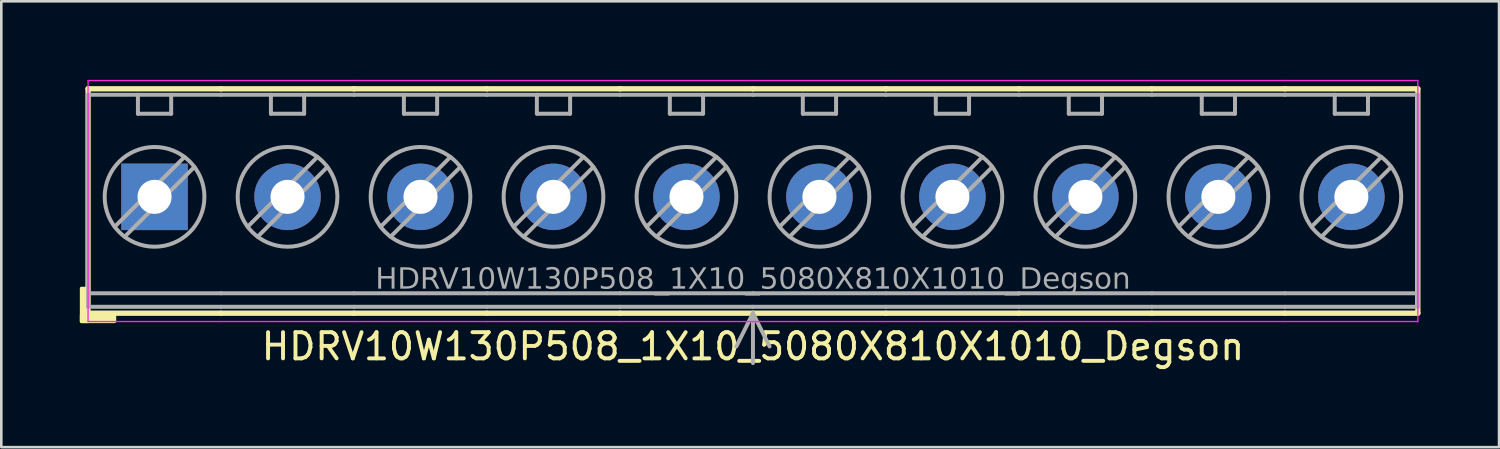
<source format=kicad_pcb>
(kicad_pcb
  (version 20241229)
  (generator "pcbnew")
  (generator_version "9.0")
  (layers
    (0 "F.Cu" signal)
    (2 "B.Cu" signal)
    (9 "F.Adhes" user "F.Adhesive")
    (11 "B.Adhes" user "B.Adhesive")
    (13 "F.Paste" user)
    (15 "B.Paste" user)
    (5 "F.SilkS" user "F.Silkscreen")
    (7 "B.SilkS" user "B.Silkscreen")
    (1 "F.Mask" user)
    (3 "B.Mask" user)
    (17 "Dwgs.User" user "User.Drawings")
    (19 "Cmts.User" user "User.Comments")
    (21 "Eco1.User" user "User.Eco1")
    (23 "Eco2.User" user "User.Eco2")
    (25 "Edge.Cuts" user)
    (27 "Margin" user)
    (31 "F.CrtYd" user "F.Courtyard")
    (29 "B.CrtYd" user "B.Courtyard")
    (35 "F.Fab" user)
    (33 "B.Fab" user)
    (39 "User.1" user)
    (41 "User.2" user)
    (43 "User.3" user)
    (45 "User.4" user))
  (footprint "HDRV10W130P508_1X10_5080X810X1010_Degson"
    (layer "F.Cu")
    (at 25.714 4.47)
    (property "Reference" "HDRV10W130P508_1X10_5080X810X1010_Degson" (at 0 5.715 0) (layer "F.SilkS") (effects (font (size 1 1) (thickness 0.15))))
    (attr through_hole)
    (fp_line (start -25.4 -4.128) (end -25.4 4.445) (stroke (width 0.203) (type solid)) (layer "F.SilkS"))
    (fp_line (start -25.4 4.445) (end -20.32 4.445) (stroke (width 0.203) (type solid)) (layer "F.SilkS"))
    (fp_line (start -20.325 -4.128) (end -25.4 -4.128) (stroke (width 0.203) (type solid)) (layer "F.SilkS"))
    (fp_line (start -20.325 -4.128) (end -15.24 -4.128) (stroke (width 0.203) (type solid)) (layer "F.SilkS"))
    (fp_line (start -15.245 -4.128) (end -10.16 -4.128) (stroke (width 0.203) (type solid)) (layer "F.SilkS"))
    (fp_line (start -15.24 4.445) (end -20.32 4.445) (stroke (width 0.203) (type solid)) (layer "F.SilkS"))
    (fp_line (start -10.165 -4.128) (end -5.08 -4.128) (stroke (width 0.203) (type solid)) (layer "F.SilkS"))
    (fp_line (start -10.16 4.445) (end -15.24 4.445) (stroke (width 0.203) (type solid)) (layer "F.SilkS"))
    (fp_line (start -5.085 -4.128) (end 0 -4.128) (stroke (width 0.203) (type solid)) (layer "F.SilkS"))
    (fp_line (start -5.08 4.445) (end -10.16 4.445) (stroke (width 0.203) (type solid)) (layer "F.SilkS"))
    (fp_line (start -0.005 -4.128) (end 5.08 -4.128) (stroke (width 0.203) (type solid)) (layer "F.SilkS"))
    (fp_line (start 0 4.445) (end -5.08 4.445) (stroke (width 0.203) (type solid)) (layer "F.SilkS"))
    (fp_line (start 5.075 -4.128) (end 10.16 -4.128) (stroke (width 0.203) (type solid)) (layer "F.SilkS"))
    (fp_line (start 5.08 4.445) (end 0 4.445) (stroke (width 0.203) (type solid)) (layer "F.SilkS"))
    (fp_line (start 10.155 -4.128) (end 15.24 -4.128) (stroke (width 0.203) (type solid)) (layer "F.SilkS"))
    (fp_line (start 10.16 4.445) (end 5.08 4.445) (stroke (width 0.203) (type solid)) (layer "F.SilkS"))
    (fp_line (start 15.235 -4.128) (end 20.32 -4.128) (stroke (width 0.203) (type solid)) (layer "F.SilkS"))
    (fp_line (start 15.24 4.445) (end 10.16 4.445) (stroke (width 0.203) (type solid)) (layer "F.SilkS"))
    (fp_line (start 20.315 -4.128) (end 25.4 -4.128) (stroke (width 0.203) (type solid)) (layer "F.SilkS"))
    (fp_line (start 20.32 4.445) (end 15.24 4.445) (stroke (width 0.203) (type solid)) (layer "F.SilkS"))
    (fp_line (start 25.4 -4.128) (end 25.4 4.445) (stroke (width 0.203) (type solid)) (layer "F.SilkS"))
    (fp_line (start 25.4 4.445) (end 20.32 4.445) (stroke (width 0.203) (type solid)) (layer "F.SilkS"))
    (fp_rect (start -25.4 3.493) (end -25.654 4.763) (stroke (width 0.12) (type solid)) (fill yes) (layer "F.SilkS"))
    (fp_rect (start -24.384 4.763) (end -25.654 4.508) (stroke (width 0.12) (type solid)) (fill yes) (layer "F.SilkS"))
    (fp_line (start -25.4 4.763) (end -25.4 -4.445) (stroke (width 0.05) (type solid)) (layer "F.CrtYd"))
    (fp_line (start -20.325 4.763) (end -25.4 4.763) (stroke (width 0.05) (type solid)) (layer "F.CrtYd"))
    (fp_line (start -20.325 4.763) (end -15.24 4.763) (stroke (width 0.05) (type solid)) (layer "F.CrtYd"))
    (fp_line (start -20.32 -4.445) (end -25.4 -4.445) (stroke (width 0.05) (type solid)) (layer "F.CrtYd"))
    (fp_line (start -20.32 -4.445) (end -15.24 -4.445) (stroke (width 0.05) (type solid)) (layer "F.CrtYd"))
    (fp_line (start -15.245 4.763) (end -10.16 4.763) (stroke (width 0.05) (type solid)) (layer "F.CrtYd"))
    (fp_line (start -15.24 -4.445) (end -10.16 -4.445) (stroke (width 0.05) (type solid)) (layer "F.CrtYd"))
    (fp_line (start -10.165 4.763) (end -5.08 4.763) (stroke (width 0.05) (type solid)) (layer "F.CrtYd"))
    (fp_line (start -10.16 -4.445) (end -5.08 -4.445) (stroke (width 0.05) (type solid)) (layer "F.CrtYd"))
    (fp_line (start -5.085 4.763) (end 0 4.763) (stroke (width 0.05) (type solid)) (layer "F.CrtYd"))
    (fp_line (start -5.08 -4.445) (end 0 -4.445) (stroke (width 0.05) (type solid)) (layer "F.CrtYd"))
    (fp_line (start -0.005 4.763) (end 5.08 4.763) (stroke (width 0.05) (type solid)) (layer "F.CrtYd"))
    (fp_line (start 0 -4.445) (end 5.08 -4.445) (stroke (width 0.05) (type solid)) (layer "F.CrtYd"))
    (fp_line (start 5.075 4.763) (end 10.16 4.763) (stroke (width 0.05) (type solid)) (layer "F.CrtYd"))
    (fp_line (start 5.08 -4.445) (end 10.16 -4.445) (stroke (width 0.05) (type solid)) (layer "F.CrtYd"))
    (fp_line (start 10.155 4.763) (end 15.24 4.763) (stroke (width 0.05) (type solid)) (layer "F.CrtYd"))
    (fp_line (start 10.16 -4.445) (end 15.24 -4.445) (stroke (width 0.05) (type solid)) (layer "F.CrtYd"))
    (fp_line (start 15.235 4.763) (end 20.32 4.763) (stroke (width 0.05) (type solid)) (layer "F.CrtYd"))
    (fp_line (start 15.24 -4.445) (end 20.32 -4.445) (stroke (width 0.05) (type solid)) (layer "F.CrtYd"))
    (fp_line (start 20.315 4.763) (end 25.4 4.763) (stroke (width 0.05) (type solid)) (layer "F.CrtYd"))
    (fp_line (start 20.32 -4.445) (end 25.4 -4.445) (stroke (width 0.05) (type solid)) (layer "F.CrtYd"))
    (fp_line (start 25.4 4.763) (end 25.4 -4.445) (stroke (width 0.05) (type solid)) (layer "F.CrtYd"))
    (fp_line (start -25.4 -3.9) (end -25.4 4.2) (stroke (width 0.152) (type solid)) (layer "F.Fab"))
    (fp_line (start -24.003 1.524) (end -21.336 -1.143) (stroke (width 0.152) (type default)) (layer "F.Fab"))
    (fp_line (start -23.495 -3.9) (end -23.495 -3.175) (stroke (width 0.152) (type default)) (layer "F.Fab"))
    (fp_line (start -23.495 -3.175) (end -22.225 -3.175) (stroke (width 0.152) (type default)) (layer "F.Fab"))
    (fp_line (start -22.225 -3.9) (end -22.225 -3.175) (stroke (width 0.152) (type default)) (layer "F.Fab"))
    (fp_line (start -21.717 -1.524) (end -24.384 1.143) (stroke (width 0.152) (type default)) (layer "F.Fab"))
    (fp_line (start -20.32 -3.9) (end -25.4 -3.9) (stroke (width 0.152) (type solid)) (layer "F.Fab"))
    (fp_line (start -20.32 -3.9) (end -15.24 -3.9) (stroke (width 0.152) (type solid)) (layer "F.Fab"))
    (fp_line (start -20.32 3.683) (end -25.4 3.683) (stroke (width 0.152) (type solid)) (layer "F.Fab"))
    (fp_line (start -20.32 3.683) (end -15.24 3.683) (stroke (width 0.152) (type solid)) (layer "F.Fab"))
    (fp_line (start -20.32 4.2) (end -25.4 4.2) (stroke (width 0.152) (type solid)) (layer "F.Fab"))
    (fp_line (start -20.32 4.2) (end -15.24 4.2) (stroke (width 0.152) (type solid)) (layer "F.Fab"))
    (fp_line (start -18.923 1.524) (end -16.256 -1.143) (stroke (width 0.152) (type default)) (layer "F.Fab"))
    (fp_line (start -18.415 -3.9) (end -18.415 -3.175) (stroke (width 0.152) (type default)) (layer "F.Fab"))
    (fp_line (start -18.415 -3.175) (end -17.145 -3.175) (stroke (width 0.152) (type default)) (layer "F.Fab"))
    (fp_line (start -17.145 -3.9) (end -17.145 -3.175) (stroke (width 0.152) (type default)) (layer "F.Fab"))
    (fp_line (start -16.637 -1.524) (end -19.304 1.143) (stroke (width 0.152) (type default)) (layer "F.Fab"))
    (fp_line (start -15.24 -3.9) (end -10.16 -3.9) (stroke (width 0.152) (type solid)) (layer "F.Fab"))
    (fp_line (start -15.24 3.683) (end -10.16 3.683) (stroke (width 0.152) (type solid)) (layer "F.Fab"))
    (fp_line (start -15.24 4.2) (end -10.16 4.2) (stroke (width 0.152) (type solid)) (layer "F.Fab"))
    (fp_line (start -13.843 1.524) (end -11.176 -1.143) (stroke (width 0.152) (type default)) (layer "F.Fab"))
    (fp_line (start -13.335 -3.9) (end -13.335 -3.175) (stroke (width 0.152) (type default)) (layer "F.Fab"))
    (fp_line (start -13.335 -3.175) (end -12.065 -3.175) (stroke (width 0.152) (type default)) (layer "F.Fab"))
    (fp_line (start -12.065 -3.9) (end -12.065 -3.175) (stroke (width 0.152) (type default)) (layer "F.Fab"))
    (fp_line (start -11.557 -1.524) (end -14.224 1.143) (stroke (width 0.152) (type default)) (layer "F.Fab"))
    (fp_line (start -10.16 -3.9) (end -5.08 -3.9) (stroke (width 0.152) (type solid)) (layer "F.Fab"))
    (fp_line (start -10.16 3.683) (end -5.08 3.683) (stroke (width 0.152) (type solid)) (layer "F.Fab"))
    (fp_line (start -10.16 4.2) (end -5.08 4.2) (stroke (width 0.152) (type solid)) (layer "F.Fab"))
    (fp_line (start -8.763 1.524) (end -6.096 -1.143) (stroke (width 0.152) (type default)) (layer "F.Fab"))
    (fp_line (start -8.255 -3.9) (end -8.255 -3.175) (stroke (width 0.152) (type default)) (layer "F.Fab"))
    (fp_line (start -8.255 -3.175) (end -6.985 -3.175) (stroke (width 0.152) (type default)) (layer "F.Fab"))
    (fp_line (start -6.985 -3.9) (end -6.985 -3.175) (stroke (width 0.152) (type default)) (layer "F.Fab"))
    (fp_line (start -6.477 -1.524) (end -9.144 1.143) (stroke (width 0.152) (type default)) (layer "F.Fab"))
    (fp_line (start -5.08 -3.9) (end 0 -3.9) (stroke (width 0.152) (type solid)) (layer "F.Fab"))
    (fp_line (start -5.08 3.683) (end 0 3.683) (stroke (width 0.152) (type solid)) (layer "F.Fab"))
    (fp_line (start -5.08 4.2) (end 0 4.2) (stroke (width 0.152) (type solid)) (layer "F.Fab"))
    (fp_line (start -3.683 1.524) (end -1.016 -1.143) (stroke (width 0.152) (type default)) (layer "F.Fab"))
    (fp_line (start -3.175 -3.9) (end -3.175 -3.175) (stroke (width 0.152) (type default)) (layer "F.Fab"))
    (fp_line (start -3.175 -3.175) (end -1.905 -3.175) (stroke (width 0.152) (type default)) (layer "F.Fab"))
    (fp_line (start -1.905 -3.9) (end -1.905 -3.175) (stroke (width 0.152) (type default)) (layer "F.Fab"))
    (fp_line (start -1.397 -1.524) (end -4.064 1.143) (stroke (width 0.152) (type default)) (layer "F.Fab"))
    (fp_line (start 0 -3.9) (end 5.08 -3.9) (stroke (width 0.152) (type solid)) (layer "F.Fab"))
    (fp_line (start 0 3.683) (end 5.08 3.683) (stroke (width 0.152) (type solid)) (layer "F.Fab"))
    (fp_line (start 0 4.2) (end 5.08 4.2) (stroke (width 0.152) (type solid)) (layer "F.Fab"))
    (fp_line (start 0 4.445) (end -0.635 5.715) (stroke (width 0.152) (type default)) (layer "F.Fab"))
    (fp_line (start 0 4.445) (end 0 6.35) (stroke (width 0.152) (type default)) (layer "F.Fab"))
    (fp_line (start 0 4.445) (end 0.635 5.715) (stroke (width 0.152) (type default)) (layer "F.Fab"))
    (fp_line (start 1.397 1.524) (end 4.064 -1.143) (stroke (width 0.152) (type default)) (layer "F.Fab"))
    (fp_line (start 1.905 -3.9) (end 1.905 -3.175) (stroke (width 0.152) (type default)) (layer "F.Fab"))
    (fp_line (start 1.905 -3.175) (end 3.175 -3.175) (stroke (width 0.152) (type default)) (layer "F.Fab"))
    (fp_line (start 3.175 -3.9) (end 3.175 -3.175) (stroke (width 0.152) (type default)) (layer "F.Fab"))
    (fp_line (start 3.683 -1.524) (end 1.016 1.143) (stroke (width 0.152) (type default)) (layer "F.Fab"))
    (fp_line (start 5.08 -3.9) (end 10.16 -3.9) (stroke (width 0.152) (type solid)) (layer "F.Fab"))
    (fp_line (start 5.08 3.683) (end 10.16 3.683) (stroke (width 0.152) (type solid)) (layer "F.Fab"))
    (fp_line (start 5.08 4.2) (end 10.16 4.2) (stroke (width 0.152) (type solid)) (layer "F.Fab"))
    (fp_line (start 6.477 1.524) (end 9.144 -1.143) (stroke (width 0.152) (type default)) (layer "F.Fab"))
    (fp_line (start 6.985 -3.9) (end 6.985 -3.175) (stroke (width 0.152) (type default)) (layer "F.Fab"))
    (fp_line (start 6.985 -3.175) (end 8.255 -3.175) (stroke (width 0.152) (type default)) (layer "F.Fab"))
    (fp_line (start 8.255 -3.9) (end 8.255 -3.175) (stroke (width 0.152) (type default)) (layer "F.Fab"))
    (fp_line (start 8.763 -1.524) (end 6.096 1.143) (stroke (width 0.152) (type default)) (layer "F.Fab"))
    (fp_line (start 10.16 -3.9) (end 15.24 -3.9) (stroke (width 0.152) (type solid)) (layer "F.Fab"))
    (fp_line (start 10.16 3.683) (end 15.24 3.683) (stroke (width 0.152) (type solid)) (layer "F.Fab"))
    (fp_line (start 10.16 4.2) (end 15.24 4.2) (stroke (width 0.152) (type solid)) (layer "F.Fab"))
    (fp_line (start 11.557 1.524) (end 14.224 -1.143) (stroke (width 0.152) (type default)) (layer "F.Fab"))
    (fp_line (start 12.065 -3.9) (end 12.065 -3.175) (stroke (width 0.152) (type default)) (layer "F.Fab"))
    (fp_line (start 12.065 -3.175) (end 13.335 -3.175) (stroke (width 0.152) (type default)) (layer "F.Fab"))
    (fp_line (start 13.335 -3.9) (end 13.335 -3.175) (stroke (width 0.152) (type default)) (layer "F.Fab"))
    (fp_line (start 13.843 -1.524) (end 11.176 1.143) (stroke (width 0.152) (type default)) (layer "F.Fab"))
    (fp_line (start 15.24 -3.9) (end 20.32 -3.9) (stroke (width 0.152) (type solid)) (layer "F.Fab"))
    (fp_line (start 15.24 3.683) (end 20.32 3.683) (stroke (width 0.152) (type solid)) (layer "F.Fab"))
    (fp_line (start 15.24 4.2) (end 20.32 4.2) (stroke (width 0.152) (type solid)) (layer "F.Fab"))
    (fp_line (start 16.637 1.524) (end 19.304 -1.143) (stroke (width 0.152) (type default)) (layer "F.Fab"))
    (fp_line (start 17.145 -3.9) (end 17.145 -3.175) (stroke (width 0.152) (type default)) (layer "F.Fab"))
    (fp_line (start 17.145 -3.175) (end 18.415 -3.175) (stroke (width 0.152) (type default)) (layer "F.Fab"))
    (fp_line (start 18.415 -3.9) (end 18.415 -3.175) (stroke (width 0.152) (type default)) (layer "F.Fab"))
    (fp_line (start 18.923 -1.524) (end 16.256 1.143) (stroke (width 0.152) (type default)) (layer "F.Fab"))
    (fp_line (start 20.32 -3.9) (end 25.4 -3.9) (stroke (width 0.152) (type solid)) (layer "F.Fab"))
    (fp_line (start 20.32 3.683) (end 25.4 3.683) (stroke (width 0.152) (type solid)) (layer "F.Fab"))
    (fp_line (start 20.32 4.2) (end 25.4 4.2) (stroke (width 0.152) (type solid)) (layer "F.Fab"))
    (fp_line (start 21.717 1.524) (end 24.384 -1.143) (stroke (width 0.152) (type default)) (layer "F.Fab"))
    (fp_line (start 22.225 -3.9) (end 22.225 -3.175) (stroke (width 0.152) (type default)) (layer "F.Fab"))
    (fp_line (start 22.225 -3.175) (end 23.495 -3.175) (stroke (width 0.152) (type default)) (layer "F.Fab"))
    (fp_line (start 23.495 -3.9) (end 23.495 -3.175) (stroke (width 0.152) (type default)) (layer "F.Fab"))
    (fp_line (start 24.003 -1.524) (end 21.336 1.143) (stroke (width 0.152) (type default)) (layer "F.Fab"))
    (fp_line (start 25.4 -3.9) (end 25.4 4.2) (stroke (width 0.152) (type solid)) (layer "F.Fab"))
    (fp_rect (start -23.114 -0.254) (end -22.606 0.254) (stroke (width 0.152) (type solid)) (fill no) (layer "F.Fab"))
    (fp_rect (start -17.526 -0.254) (end -18.034 0.254) (stroke (width 0.152) (type solid)) (fill no) (layer "F.Fab"))
    (fp_rect (start -12.446 -0.254) (end -12.954 0.254) (stroke (width 0.152) (type solid)) (fill no) (layer "F.Fab"))
    (fp_rect (start -7.366 -0.254) (end -7.874 0.254) (stroke (width 0.152) (type solid)) (fill no) (layer "F.Fab"))
    (fp_rect (start -2.286 -0.254) (end -2.794 0.254) (stroke (width 0.152) (type solid)) (fill no) (layer "F.Fab"))
    (fp_rect (start 2.794 -0.254) (end 2.286 0.254) (stroke (width 0.152) (type solid)) (fill no) (layer "F.Fab"))
    (fp_rect (start 7.874 -0.254) (end 7.366 0.254) (stroke (width 0.152) (type solid)) (fill no) (layer "F.Fab"))
    (fp_rect (start 12.954 -0.254) (end 12.446 0.254) (stroke (width 0.152) (type solid)) (fill no) (layer "F.Fab"))
    (fp_rect (start 18.034 -0.254) (end 17.526 0.254) (stroke (width 0.152) (type solid)) (fill no) (layer "F.Fab"))
    (fp_rect (start 23.114 -0.254) (end 22.606 0.254) (stroke (width 0.152) (type solid)) (fill no) (layer "F.Fab"))
    (fp_circle (center -22.86 0) (end -20.955 0) (stroke (width 0.152) (type default)) (fill no) (layer "F.Fab"))
    (fp_circle (center -17.78 0) (end -15.875 0) (stroke (width 0.152) (type default)) (fill no) (layer "F.Fab"))
    (fp_circle (center -12.7 0) (end -10.795 0) (stroke (width 0.152) (type default)) (fill no) (layer "F.Fab"))
    (fp_circle (center -7.62 0) (end -5.715 0) (stroke (width 0.152) (type default)) (fill no) (layer "F.Fab"))
    (fp_circle (center -2.54 0) (end -0.635 0) (stroke (width 0.152) (type default)) (fill no) (layer "F.Fab"))
    (fp_circle (center 2.54 0) (end 4.445 0) (stroke (width 0.152) (type default)) (fill no) (layer "F.Fab"))
    (fp_circle (center 7.62 0) (end 9.525 0) (stroke (width 0.152) (type default)) (fill no) (layer "F.Fab"))
    (fp_circle (center 12.7 0) (end 14.605 0) (stroke (width 0.152) (type default)) (fill no) (layer "F.Fab"))
    (fp_circle (center 17.78 0) (end 19.685 0) (stroke (width 0.152) (type default)) (fill no) (layer "F.Fab"))
    (fp_circle (center 22.86 0) (end 24.765 0) (stroke (width 0.152) (type default)) (fill no) (layer "F.Fab"))
    (fp_text user "${REFERENCE}" (at 0 3.175 0) (layer "F.Fab") (effects (font (face "Tahoma") (size 0.8 0.8) (thickness 0.15))))
    (pad "1" thru_hole rect (at -22.86 0) (size 2.54 2.54) (drill 1.3) (layers "*.Cu" "*.Mask"))
    (pad "2" thru_hole circle (at -17.78 0) (size 2.54 2.54) (drill 1.3) (layers "*.Cu" "*.Mask"))
    (pad "3" thru_hole circle (at -12.7 0) (size 2.54 2.54) (drill 1.3) (layers "*.Cu" "*.Mask"))
    (pad "4" thru_hole circle (at -7.62 0) (size 2.54 2.54) (drill 1.3) (layers "*.Cu" "*.Mask"))
    (pad "5" thru_hole circle (at -2.54 0) (size 2.54 2.54) (drill 1.3) (layers "*.Cu" "*.Mask"))
    (pad "6" thru_hole circle (at 2.54 0) (size 2.54 2.54) (drill 1.3) (layers "*.Cu" "*.Mask"))
    (pad "7" thru_hole circle (at 7.62 0) (size 2.54 2.54) (drill 1.3) (layers "*.Cu" "*.Mask"))
    (pad "8" thru_hole circle (at 12.7 0) (size 2.54 2.54) (drill 1.3) (layers "*.Cu" "*.Mask"))
    (pad "9" thru_hole circle (at 17.78 0) (size 2.54 2.54) (drill 1.3) (layers "*.Cu" "*.Mask"))
    (pad "10" thru_hole circle (at 22.86 0) (size 2.54 2.54) (drill 1.3) (layers "*.Cu" "*.Mask")))
  (gr_rect
    (start -3 -3)
    (end 54.216 14.033)
    (stroke (width 0.1) (type default))
    (fill no)
    (layer "Edge.Cuts")))
</source>
